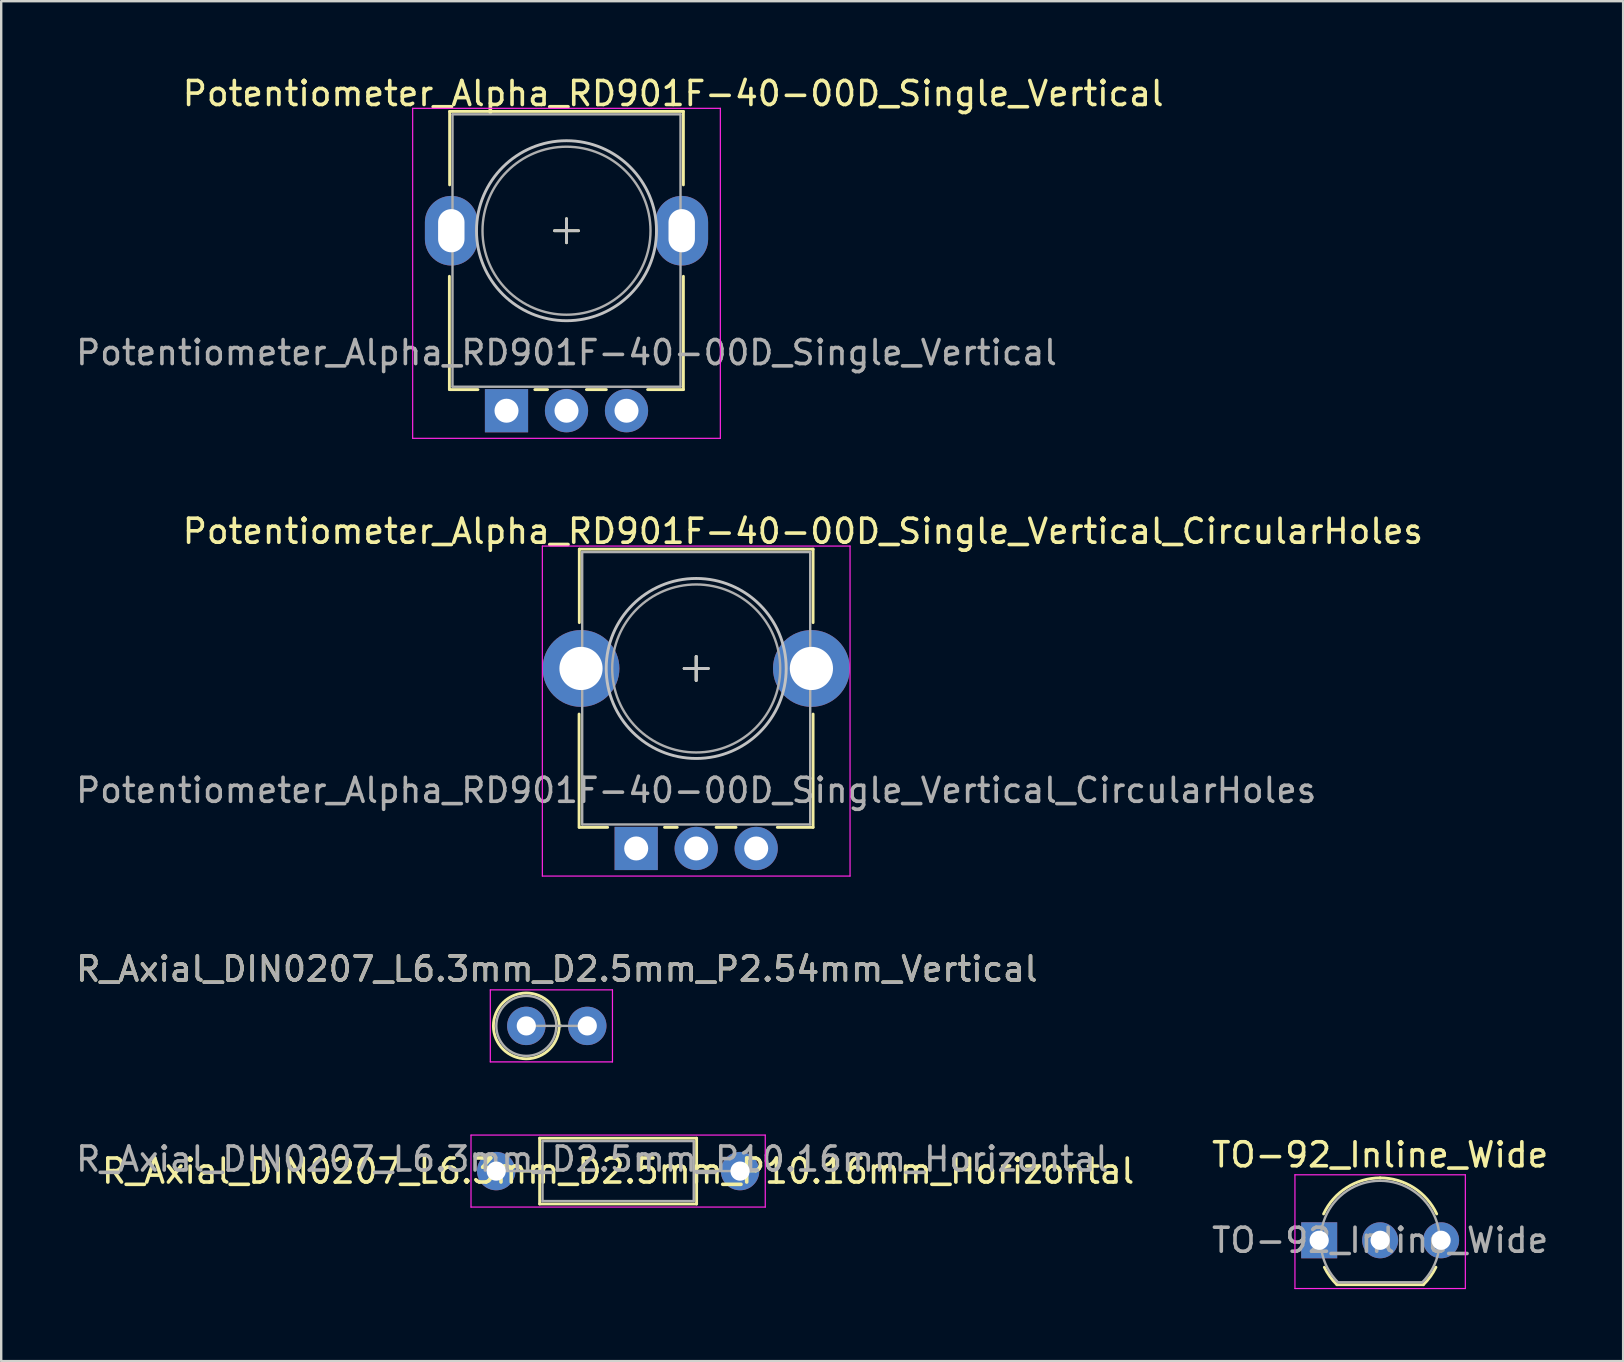
<source format=kicad_pcb>
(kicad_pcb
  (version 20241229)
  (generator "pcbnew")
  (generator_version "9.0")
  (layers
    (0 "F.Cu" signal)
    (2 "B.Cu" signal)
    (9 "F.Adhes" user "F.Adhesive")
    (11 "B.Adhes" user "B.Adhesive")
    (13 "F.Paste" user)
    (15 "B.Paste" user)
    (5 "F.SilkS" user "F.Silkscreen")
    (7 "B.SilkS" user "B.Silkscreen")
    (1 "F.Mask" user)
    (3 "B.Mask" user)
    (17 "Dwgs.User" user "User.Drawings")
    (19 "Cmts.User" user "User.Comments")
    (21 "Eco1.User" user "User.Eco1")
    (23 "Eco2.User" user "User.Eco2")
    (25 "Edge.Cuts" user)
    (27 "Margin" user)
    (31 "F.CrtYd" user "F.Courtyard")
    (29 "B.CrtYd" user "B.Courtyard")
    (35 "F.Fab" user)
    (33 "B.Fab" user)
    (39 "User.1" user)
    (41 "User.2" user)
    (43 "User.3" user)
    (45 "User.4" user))
  (footprint "Potentiometer_Alpha_RD901F-40-00D_Single_Vertical_CircularHoles"
    (layer "F.Cu")
    (at 25.958 24.802)
    (property "Reference" "Potentiometer_Alpha_RD901F-40-00D_Single_Vertical_CircularHoles" (at 4.445 -5.715 0) (layer "F.SilkS") (effects (font (size 1 1) (thickness 0.15))))
    (attr through_hole)
    (fp_line (start -4.88 6.62) (end -4.88 1.9) (stroke (width 0.12) (type solid)) (layer "F.SilkS"))
    (fp_line (start -4.87 -1.91) (end -4.87 -4.97) (stroke (width 0.12) (type solid)) (layer "F.SilkS"))
    (fp_line (start -3.69 6.62) (end -4.87 6.62) (stroke (width 0.12) (type solid)) (layer "F.SilkS"))
    (fp_line (start -0.79 6.62) (end -1.32 6.62) (stroke (width 0.12) (type solid)) (layer "F.SilkS"))
    (fp_line (start -0.5 0) (end 0.5 0) (stroke (width 0.12) (type solid)) (layer "F.SilkS"))
    (fp_line (start 0 -0.5) (end 0 0.5) (stroke (width 0.12) (type solid)) (layer "F.SilkS"))
    (fp_line (start 1.66 6.62) (end 0.83 6.62) (stroke (width 0.12) (type solid)) (layer "F.SilkS"))
    (fp_line (start 4.87 -4.97) (end -4.87 -4.97) (stroke (width 0.12) (type solid)) (layer "F.SilkS"))
    (fp_line (start 4.87 -1.91) (end 4.87 -4.97) (stroke (width 0.12) (type solid)) (layer "F.SilkS"))
    (fp_line (start 4.87 6.62) (end 3.38 6.62) (stroke (width 0.12) (type solid)) (layer "F.SilkS"))
    (fp_line (start 4.87 6.62) (end 4.87 1.9) (stroke (width 0.12) (type solid)) (layer "F.SilkS"))
    (fp_line (start -0.5 0) (end 0.5 0) (stroke (width 0.12) (type solid)) (layer "Dwgs.User"))
    (fp_line (start -0.5 0) (end 0.5 0) (stroke (width 0.12) (type solid)) (layer "Dwgs.User"))
    (fp_line (start 0 0.5) (end 0 -0.5) (stroke (width 0.12) (type solid)) (layer "Dwgs.User"))
    (fp_line (start 0 0.5) (end 0 -0.5) (stroke (width 0.12) (type solid)) (layer "Dwgs.User"))
    (fp_circle (center 0 0) (end 3.75 0) (stroke (width 0.12) (type solid)) (fill no) (layer "Dwgs.User"))
    (fp_line (start -6.41 -5.1) (end -6.41 8.65) (stroke (width 0.05) (type solid)) (layer "F.CrtYd"))
    (fp_line (start -6.41 8.65) (end 6.41 8.65) (stroke (width 0.05) (type solid)) (layer "F.CrtYd"))
    (fp_line (start 6.41 -5.1) (end -6.41 -5.1) (stroke (width 0.05) (type solid)) (layer "F.CrtYd"))
    (fp_line (start 6.41 8.65) (end 6.41 -5.1) (stroke (width 0.05) (type solid)) (layer "F.CrtYd"))
    (fp_line (start -4.75 6.5) (end -4.75 -4.85) (stroke (width 0.1) (type solid)) (layer "F.Fab"))
    (fp_line (start 4.75 -4.85) (end -4.75 -4.85) (stroke (width 0.1) (type solid)) (layer "F.Fab"))
    (fp_line (start 4.75 6.5) (end -4.75 6.5) (stroke (width 0.1) (type solid)) (layer "F.Fab"))
    (fp_line (start 4.75 6.5) (end 4.75 -4.85) (stroke (width 0.1) (type solid)) (layer "F.Fab"))
    (fp_circle (center 0 0) (end -3.5 0) (stroke (width 0.1) (type solid)) (fill no) (layer "F.Fab"))
    (fp_text user "${REFERENCE}" (at 0 5.08 180) (layer "F.Fab") (effects (font (size 1 1) (thickness 0.15))))
    (pad "" thru_hole circle (at -4.8 0 180) (size 3.2 3.2) (drill 1.8) (layers "*.Cu" "*.Mask"))
    (pad "" thru_hole circle (at 4.8 0 180) (size 3.2 3.2) (drill 1.8) (layers "*.Cu" "*.Mask"))
    (pad "1" thru_hole rect (at -2.5 7.5 180) (size 1.8 1.8) (drill 1) (layers "*.Cu" "*.Mask"))
    (pad "2" thru_hole circle (at 0 7.5 180) (size 1.8 1.8) (drill 1) (layers "*.Cu" "*.Mask"))
    (pad "3" thru_hole circle (at 2.5 7.5 180) (size 1.8 1.8) (drill 1) (layers "*.Cu" "*.Mask"))
    (zone (net_name "") (layers "F.Cu" "F.SilkS") (hatch edge 0.508) (connect_pads) (min_thickness 0.254) (filled_areas_thickness no) (keepout (tracks not_allowed) (vias not_allowed) (pads not_allowed) (copperpour not_allowed) (footprints allowed)) (placement (enabled no)) (fill) (polygon (pts (xy 27.758 20.102) (xy 24.158 20.102) (xy 24.158 19.502) (xy 27.758 19.502)))))
  (footprint "TO-92_Inline_Wide"
    (layer "F.Cu")
    (at 51.915 48.628)
    (property "Reference" "TO-92_Inline_Wide" (at 2.54 -3.56 0) (layer "F.SilkS") (effects (font (size 1 1) (thickness 0.15))))
    (attr through_hole)
    (fp_line (start 0.74 1.85) (end 4.34 1.85) (stroke (width 0.12) (type solid)) (layer "F.SilkS"))
    (fp_arc (start 0.1836 -1.098807) (mid 1.143021 -2.192817) (end 2.54 -2.6) (stroke (width 0.12) (type solid)) (layer "F.SilkS"))
    (fp_arc (start 0.74 1.85) (mid 0.446097 1.509328) (end 0.215816 1.122795) (stroke (width 0.12) (type solid)) (layer "F.SilkS"))
    (fp_arc (start 2.54 -2.6) (mid 3.936979 -2.192818) (end 4.8964 -1.098807) (stroke (width 0.12) (type solid)) (layer "F.SilkS"))
    (fp_arc (start 4.864184 1.122795) (mid 4.633903 1.509328) (end 4.34 1.85) (stroke (width 0.12) (type solid)) (layer "F.SilkS"))
    (fp_line (start -1.01 -2.73) (end -1.01 2.01) (stroke (width 0.05) (type solid)) (layer "F.CrtYd"))
    (fp_line (start -1.01 -2.73) (end 6.09 -2.73) (stroke (width 0.05) (type solid)) (layer "F.CrtYd"))
    (fp_line (start 6.09 2.01) (end -1.01 2.01) (stroke (width 0.05) (type solid)) (layer "F.CrtYd"))
    (fp_line (start 6.09 2.01) (end 6.09 -2.73) (stroke (width 0.05) (type solid)) (layer "F.CrtYd"))
    (fp_line (start 0.8 1.75) (end 4.3 1.75) (stroke (width 0.1) (type solid)) (layer "F.Fab"))
    (fp_arc (start 0.786375 1.753625) (mid 0.248779 -0.949055) (end 2.54 -2.48) (stroke (width 0.1) (type solid)) (layer "F.Fab"))
    (fp_arc (start 2.54 -2.48) (mid 4.831221 -0.949055) (end 4.293625 1.753625) (stroke (width 0.1) (type solid)) (layer "F.Fab"))
    (fp_text user "${REFERENCE}" (at 2.54 0 0) (layer "F.Fab") (effects (font (size 1 1) (thickness 0.15))))
    (pad "1" thru_hole rect (at 0 0) (size 1.5 1.5) (drill 0.8) (layers "*.Cu" "*.Mask"))
    (pad "2" thru_hole circle (at 2.54 0) (size 1.5 1.5) (drill 0.8) (layers "*.Cu" "*.Mask"))
    (pad "3" thru_hole circle (at 5.08 0) (size 1.5 1.5) (drill 0.8) (layers "*.Cu" "*.Mask")))
  (footprint "R_Axial_DIN0207_L6.3mm_D2.5mm_P10.16mm_Horizontal"
    (layer "F.Cu")
    (at 17.625 45.745)
    (property "Reference" "R_Axial_DIN0207_L6.3mm_D2.5mm_P10.16mm_Horizontal" (at 5.08 0 0) (layer "F.SilkS") (effects (font (size 1 1) (thickness 0.15))))
    (attr through_hole)
    (fp_line (start 1.04 0) (end 1.81 0) (stroke (width 0.12) (type solid)) (layer "F.SilkS"))
    (fp_line (start 1.81 -1.37) (end 1.81 1.37) (stroke (width 0.12) (type solid)) (layer "F.SilkS"))
    (fp_line (start 1.81 1.37) (end 8.35 1.37) (stroke (width 0.12) (type solid)) (layer "F.SilkS"))
    (fp_line (start 8.35 -1.37) (end 1.81 -1.37) (stroke (width 0.12) (type solid)) (layer "F.SilkS"))
    (fp_line (start 8.35 1.37) (end 8.35 -1.37) (stroke (width 0.12) (type solid)) (layer "F.SilkS"))
    (fp_line (start 9.12 0) (end 8.35 0) (stroke (width 0.12) (type solid)) (layer "F.SilkS"))
    (fp_line (start -1.05 -1.5) (end -1.05 1.5) (stroke (width 0.05) (type solid)) (layer "F.CrtYd"))
    (fp_line (start -1.05 1.5) (end 11.21 1.5) (stroke (width 0.05) (type solid)) (layer "F.CrtYd"))
    (fp_line (start 11.21 -1.5) (end -1.05 -1.5) (stroke (width 0.05) (type solid)) (layer "F.CrtYd"))
    (fp_line (start 11.21 1.5) (end 11.21 -1.5) (stroke (width 0.05) (type solid)) (layer "F.CrtYd"))
    (fp_line (start 0 0) (end 1.93 0) (stroke (width 0.1) (type solid)) (layer "F.Fab"))
    (fp_line (start 1.93 -1.25) (end 1.93 1.25) (stroke (width 0.1) (type solid)) (layer "F.Fab"))
    (fp_line (start 1.93 1.25) (end 8.23 1.25) (stroke (width 0.1) (type solid)) (layer "F.Fab"))
    (fp_line (start 8.23 -1.25) (end 1.93 -1.25) (stroke (width 0.1) (type solid)) (layer "F.Fab"))
    (fp_line (start 8.23 1.25) (end 8.23 -1.25) (stroke (width 0.1) (type solid)) (layer "F.Fab"))
    (fp_line (start 10.16 0) (end 8.23 0) (stroke (width 0.1) (type solid)) (layer "F.Fab"))
    (fp_text user "${REFERENCE}" (at 4 -0.5 0) (layer "F.Fab") (effects (font (size 1 1) (thickness 0.15))))
    (pad "1" thru_hole circle (at 0 0) (size 1.6 1.6) (drill 0.8) (layers "*.Cu" "*.Mask"))
    (pad "2" thru_hole oval (at 10.16 0) (size 1.6 1.6) (drill 0.8) (layers "*.Cu" "*.Mask")))
  (footprint "R_Axial_DIN0207_L6.3mm_D2.5mm_P2.54mm_Vertical"
    (layer "F.Cu")
    (at 18.879 39.695)
    (property "Reference" "R_Axial_DIN0207_L6.3mm_D2.5mm_P2.54mm_Vertical" (at 1.27 -2.37 0) (layer "F.SilkS") (effects (font (size 1 1) (thickness 0.15))))
    (attr through_hole)
    (fp_line (start 1.37 0) (end 1.44 0) (stroke (width 0.12) (type solid)) (layer "F.SilkS"))
    (fp_circle (center 0 0) (end 1.37 0) (stroke (width 0.12) (type solid)) (fill no) (layer "F.SilkS"))
    (fp_line (start -1.5 -1.5) (end -1.5 1.5) (stroke (width 0.05) (type solid)) (layer "F.CrtYd"))
    (fp_line (start -1.5 1.5) (end 3.59 1.5) (stroke (width 0.05) (type solid)) (layer "F.CrtYd"))
    (fp_line (start 3.59 -1.5) (end -1.5 -1.5) (stroke (width 0.05) (type solid)) (layer "F.CrtYd"))
    (fp_line (start 3.59 1.5) (end 3.59 -1.5) (stroke (width 0.05) (type solid)) (layer "F.CrtYd"))
    (fp_line (start 0 0) (end 2.54 0) (stroke (width 0.1) (type solid)) (layer "F.Fab"))
    (fp_circle (center 0 0) (end 1.25 0) (stroke (width 0.1) (type solid)) (fill no) (layer "F.Fab"))
    (fp_text user "${REFERENCE}" (at 1.27 -2.37 0) (layer "F.Fab") (effects (font (size 1 1) (thickness 0.15))))
    (pad "1" thru_hole circle (at 0 0) (size 1.6 1.6) (drill 0.8) (layers "*.Cu" "*.Mask"))
    (pad "2" thru_hole oval (at 2.54 0) (size 1.6 1.6) (drill 0.8) (layers "*.Cu" "*.Mask")))
  (footprint "Potentiometer_Alpha_RD901F-40-00D_Single_Vertical"
    (layer "F.Cu")
    (at 20.554 6.563)
    (property "Reference" "Potentiometer_Alpha_RD901F-40-00D_Single_Vertical" (at 4.445 -5.715 0) (layer "F.SilkS") (effects (font (size 1 1) (thickness 0.15))))
    (attr through_hole)
    (fp_line (start -4.88 6.62) (end -4.88 1.9) (stroke (width 0.12) (type solid)) (layer "F.SilkS"))
    (fp_line (start -4.87 -1.91) (end -4.87 -4.97) (stroke (width 0.12) (type solid)) (layer "F.SilkS"))
    (fp_line (start -3.69 6.62) (end -4.87 6.62) (stroke (width 0.12) (type solid)) (layer "F.SilkS"))
    (fp_line (start -0.79 6.62) (end -1.32 6.62) (stroke (width 0.12) (type solid)) (layer "F.SilkS"))
    (fp_line (start -0.5 0) (end 0.5 0) (stroke (width 0.12) (type solid)) (layer "F.SilkS"))
    (fp_line (start 0 -0.5) (end 0 0.5) (stroke (width 0.12) (type solid)) (layer "F.SilkS"))
    (fp_line (start 1.66 6.62) (end 0.83 6.62) (stroke (width 0.12) (type solid)) (layer "F.SilkS"))
    (fp_line (start 4.87 -4.97) (end -4.87 -4.97) (stroke (width 0.12) (type solid)) (layer "F.SilkS"))
    (fp_line (start 4.87 -1.91) (end 4.87 -4.97) (stroke (width 0.12) (type solid)) (layer "F.SilkS"))
    (fp_line (start 4.87 6.62) (end 3.38 6.62) (stroke (width 0.12) (type solid)) (layer "F.SilkS"))
    (fp_line (start 4.87 6.62) (end 4.87 1.9) (stroke (width 0.12) (type solid)) (layer "F.SilkS"))
    (fp_line (start -0.5 0) (end 0.5 0) (stroke (width 0.12) (type solid)) (layer "Dwgs.User"))
    (fp_line (start 0 0.5) (end 0 -0.5) (stroke (width 0.12) (type solid)) (layer "Dwgs.User"))
    (fp_circle (center 0 0) (end 3.75 0) (stroke (width 0.12) (type solid)) (fill no) (layer "Dwgs.User"))
    (fp_line (start -6.41 -5.1) (end -6.41 8.65) (stroke (width 0.05) (type solid)) (layer "F.CrtYd"))
    (fp_line (start -6.41 8.65) (end 6.41 8.65) (stroke (width 0.05) (type solid)) (layer "F.CrtYd"))
    (fp_line (start 6.41 -5.1) (end -6.41 -5.1) (stroke (width 0.05) (type solid)) (layer "F.CrtYd"))
    (fp_line (start 6.41 8.65) (end 6.41 -5.1) (stroke (width 0.05) (type solid)) (layer "F.CrtYd"))
    (fp_line (start -4.75 6.5) (end -4.75 -4.85) (stroke (width 0.1) (type solid)) (layer "F.Fab"))
    (fp_line (start 4.75 -4.85) (end -4.75 -4.85) (stroke (width 0.1) (type solid)) (layer "F.Fab"))
    (fp_line (start 4.75 6.5) (end -4.75 6.5) (stroke (width 0.1) (type solid)) (layer "F.Fab"))
    (fp_line (start 4.75 6.5) (end 4.75 -4.85) (stroke (width 0.1) (type solid)) (layer "F.Fab"))
    (fp_circle (center 0 0) (end -3.5 0) (stroke (width 0.1) (type solid)) (fill no) (layer "F.Fab"))
    (fp_text user "${REFERENCE}" (at 0 5.08 180) (layer "F.Fab") (effects (font (size 1 1) (thickness 0.15))))
    (pad "" thru_hole oval (at -4.8 0 180) (size 2.2 2.9) (drill oval 1.1 1.8) (layers "*.Cu" "*.Mask"))
    (pad "" thru_hole oval (at 4.8 0 180) (size 2.2 2.9) (drill oval 1.1 1.8) (layers "*.Cu" "*.Mask"))
    (pad "1" thru_hole rect (at -2.5 7.5 180) (size 1.8 1.8) (drill 1) (layers "*.Cu" "*.Mask"))
    (pad "2" thru_hole circle (at 0 7.5 180) (size 1.8 1.8) (drill 1) (layers "*.Cu" "*.Mask"))
    (pad "3" thru_hole circle (at 2.5 7.5 180) (size 1.8 1.8) (drill 1) (layers "*.Cu" "*.Mask"))
    (zone (net_name "") (layers "F.Cu" "F.SilkS") (hatch edge 0.508) (connect_pads) (min_thickness 0.254) (filled_areas_thickness no) (keepout (tracks not_allowed) (vias not_allowed) (pads not_allowed) (copperpour not_allowed) (footprints allowed)) (placement (enabled no)) (fill) (polygon (pts (xy 22.354 1.863) (xy 18.754 1.863) (xy 18.754 1.263) (xy 22.354 1.263)))))
  (gr_rect
    (start -3 -3)
    (end 64.58 53.663)
    (stroke (width 0.1) (type default))
    (fill no)
    (layer "Edge.Cuts")))
</source>
